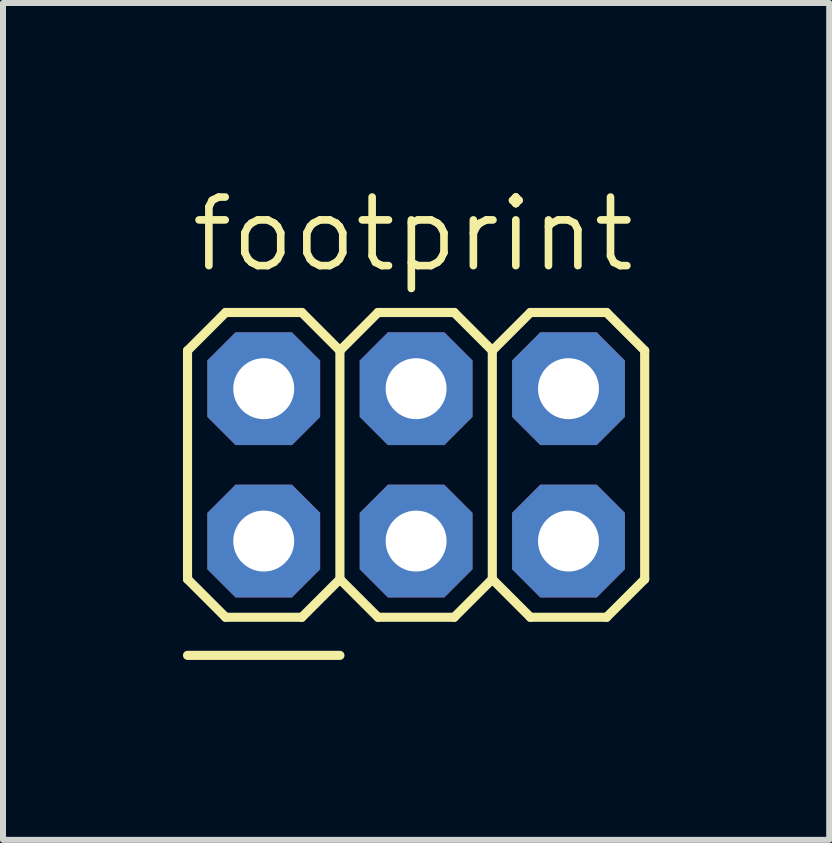
<source format=kicad_pcb>
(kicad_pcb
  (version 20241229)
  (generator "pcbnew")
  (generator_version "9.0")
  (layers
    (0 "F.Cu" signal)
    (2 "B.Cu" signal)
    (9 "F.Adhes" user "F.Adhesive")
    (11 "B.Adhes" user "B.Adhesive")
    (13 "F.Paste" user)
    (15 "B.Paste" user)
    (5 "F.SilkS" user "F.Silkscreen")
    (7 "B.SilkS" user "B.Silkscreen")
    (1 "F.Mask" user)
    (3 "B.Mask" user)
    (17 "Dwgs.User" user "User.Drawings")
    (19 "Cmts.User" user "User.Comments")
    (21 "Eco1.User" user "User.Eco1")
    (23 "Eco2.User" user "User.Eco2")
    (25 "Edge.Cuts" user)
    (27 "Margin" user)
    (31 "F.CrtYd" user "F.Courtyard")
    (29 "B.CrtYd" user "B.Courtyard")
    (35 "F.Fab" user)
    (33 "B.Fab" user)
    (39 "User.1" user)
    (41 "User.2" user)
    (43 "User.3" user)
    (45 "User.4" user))
  (footprint "footprint"
    (layer "F.Cu")
    (at 3.886 4.699)
    (property "Reference" "footprint" (at -3.81 -3.175 0) (layer "F.SilkS") (effects (font (size 1.143 1.143) (thickness 0.127)) (justify left bottom)))
    (fp_line (start -3.81 -1.905) (end -3.175 -2.54) (stroke (width 0.152) (type solid)) (layer "F.SilkS"))
    (fp_line (start -3.81 1.905) (end -3.81 -1.905) (stroke (width 0.152) (type solid)) (layer "F.SilkS"))
    (fp_line (start -3.81 1.905) (end -3.175 2.54) (stroke (width 0.152) (type solid)) (layer "F.SilkS"))
    (fp_line (start -3.81 3.175) (end -1.27 3.175) (stroke (width 0.152) (type solid)) (layer "F.SilkS"))
    (fp_line (start -3.175 -2.54) (end -1.905 -2.54) (stroke (width 0.152) (type solid)) (layer "F.SilkS"))
    (fp_line (start -3.175 2.54) (end -1.905 2.54) (stroke (width 0.152) (type solid)) (layer "F.SilkS"))
    (fp_line (start -1.905 -2.54) (end -1.27 -1.905) (stroke (width 0.152) (type solid)) (layer "F.SilkS"))
    (fp_line (start -1.905 2.54) (end -1.27 1.905) (stroke (width 0.152) (type solid)) (layer "F.SilkS"))
    (fp_line (start -1.27 -1.905) (end -1.27 1.905) (stroke (width 0.152) (type solid)) (layer "F.SilkS"))
    (fp_line (start -1.27 -1.905) (end -0.635 -2.54) (stroke (width 0.152) (type solid)) (layer "F.SilkS"))
    (fp_line (start -1.27 1.905) (end -0.635 2.54) (stroke (width 0.152) (type solid)) (layer "F.SilkS"))
    (fp_line (start -0.635 -2.54) (end 0.635 -2.54) (stroke (width 0.152) (type solid)) (layer "F.SilkS"))
    (fp_line (start -0.635 2.54) (end 0.635 2.54) (stroke (width 0.152) (type solid)) (layer "F.SilkS"))
    (fp_line (start 0.635 -2.54) (end 1.27 -1.905) (stroke (width 0.152) (type solid)) (layer "F.SilkS"))
    (fp_line (start 0.635 2.54) (end 1.27 1.905) (stroke (width 0.152) (type solid)) (layer "F.SilkS"))
    (fp_line (start 1.27 -1.905) (end 1.27 1.905) (stroke (width 0.152) (type solid)) (layer "F.SilkS"))
    (fp_line (start 1.27 -1.905) (end 1.905 -2.54) (stroke (width 0.152) (type solid)) (layer "F.SilkS"))
    (fp_line (start 1.27 1.905) (end 1.905 2.54) (stroke (width 0.152) (type solid)) (layer "F.SilkS"))
    (fp_line (start 1.905 -2.54) (end 3.175 -2.54) (stroke (width 0.152) (type solid)) (layer "F.SilkS"))
    (fp_line (start 1.905 2.54) (end 3.175 2.54) (stroke (width 0.152) (type solid)) (layer "F.SilkS"))
    (fp_line (start 3.175 -2.54) (end 3.81 -1.905) (stroke (width 0.152) (type solid)) (layer "F.SilkS"))
    (fp_line (start 3.175 2.54) (end 3.81 1.905) (stroke (width 0.152) (type solid)) (layer "F.SilkS"))
    (fp_line (start 3.81 -1.905) (end 3.81 1.905) (stroke (width 0.152) (type solid)) (layer "F.SilkS"))
    (fp_poly (pts (xy -2.794 -1.016) (xy -2.286 -1.016) (xy -2.286 -1.524) (xy -2.794 -1.524)) (stroke (width 0.1) (type solid)) (fill no) (layer "F.Fab"))
    (fp_poly (pts (xy -2.794 1.524) (xy -2.286 1.524) (xy -2.286 1.016) (xy -2.794 1.016)) (stroke (width 0.1) (type solid)) (fill no) (layer "F.Fab"))
    (fp_poly (pts (xy -0.254 -1.016) (xy 0.254 -1.016) (xy 0.254 -1.524) (xy -0.254 -1.524)) (stroke (width 0.1) (type solid)) (fill no) (layer "F.Fab"))
    (fp_poly (pts (xy -0.254 1.524) (xy 0.254 1.524) (xy 0.254 1.016) (xy -0.254 1.016)) (stroke (width 0.1) (type solid)) (fill no) (layer "F.Fab"))
    (fp_poly (pts (xy 2.286 -1.016) (xy 2.794 -1.016) (xy 2.794 -1.524) (xy 2.286 -1.524)) (stroke (width 0.1) (type solid)) (fill no) (layer "F.Fab"))
    (fp_poly (pts (xy 2.286 1.524) (xy 2.794 1.524) (xy 2.794 1.016) (xy 2.286 1.016)) (stroke (width 0.1) (type solid)) (fill no) (layer "F.Fab"))
    (pad "1" thru_hole roundrect (at -2.54 1.27) (size 1.88 1.88) (drill 1.016) (layers "*.Cu" "*.Mask") (roundrect_rratio 0.25) (chamfer_ratio 0.25) (chamfer top_left top_right bottom_left bottom_right))
    (pad "2" thru_hole roundrect (at -2.54 -1.27) (size 1.88 1.88) (drill 1.016) (layers "*.Cu" "*.Mask") (roundrect_rratio 0.25) (chamfer_ratio 0.25) (chamfer top_left top_right bottom_left bottom_right))
    (pad "3" thru_hole roundrect (at 0 1.27) (size 1.88 1.88) (drill 1.016) (layers "*.Cu" "*.Mask") (roundrect_rratio 0.25) (chamfer_ratio 0.25) (chamfer top_left top_right bottom_left bottom_right))
    (pad "4" thru_hole roundrect (at 0 -1.27) (size 1.88 1.88) (drill 1.016) (layers "*.Cu" "*.Mask") (roundrect_rratio 0.25) (chamfer_ratio 0.25) (chamfer top_left top_right bottom_left bottom_right))
    (pad "5" thru_hole roundrect (at 2.54 1.27) (size 1.88 1.88) (drill 1.016) (layers "*.Cu" "*.Mask") (roundrect_rratio 0.25) (chamfer_ratio 0.25) (chamfer top_left top_right bottom_left bottom_right))
    (pad "6" thru_hole roundrect (at 2.54 -1.27) (size 1.88 1.88) (drill 1.016) (layers "*.Cu" "*.Mask") (roundrect_rratio 0.25) (chamfer_ratio 0.25) (chamfer top_left top_right bottom_left bottom_right)))
  (gr_rect
    (start -3 -3)
    (end 10.772 10.95)
    (stroke (width 0.1) (type default))
    (fill no)
    (layer "Edge.Cuts")))
</source>
